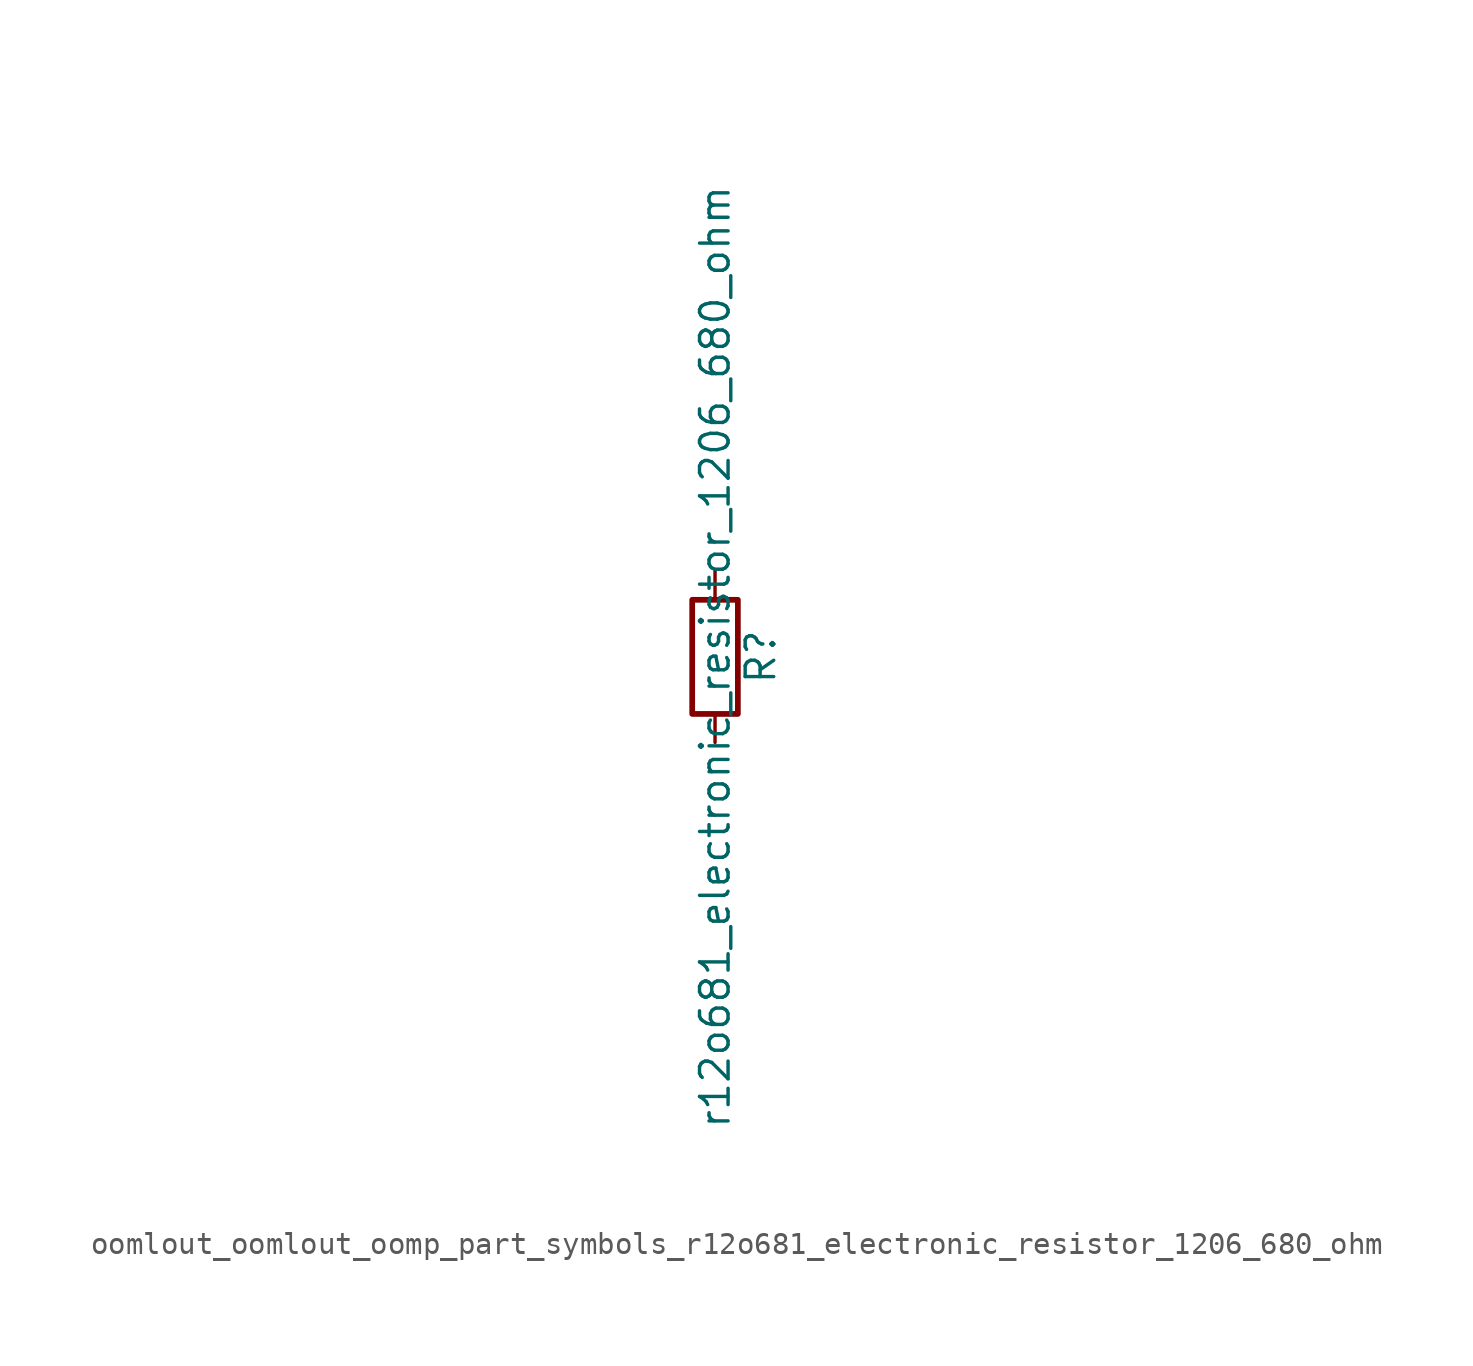
<source format=kicad_sym>
(kicad_symbol_lib
  (version 20220914)
  (generator kicad_symbol_editor)
  (symbol "oomlout_oomlout_oomp_part_symbols_r12o681_electronic_resistor_1206_680_ohm"
    (pin_numbers hide)
    (pin_names
      (offset 0))
    (property "Reference" "R"
      (at 2.032 0 90)
      (effects (font (size 1.27 1.27))))
    (property "Value" "r12o681_electronic_resistor_1206_680_ohm"
      (at 0 0 90)
      (effects (font (size 1.27 1.27))))
    (symbol "oomlout_oomlout_oomp_part_symbols_r12o681_electronic_resistor_1206_680_ohm_0_1"
      (rectangle (start -1.016 -2.54) (end 1.016 2.54) (stroke (width 0.254) (type default)) (fill (type none))))
    (symbol "oomlout_oomlout_oomp_part_symbols_r12o681_electronic_resistor_1206_680_ohm_1_1"
      (pin passive line (at 0 3.81 270) (length 1.27) (name "~" (effects (font (size 1.27 1.27)))) (number "1" (effects (font (size 1.27 1.27)))))
      (pin passive line (at 0 -3.81 90) (length 1.27) (name "~" (effects (font (size 1.27 1.27)))) (number "2" (effects (font (size 1.27 1.27))))))))
</source>
